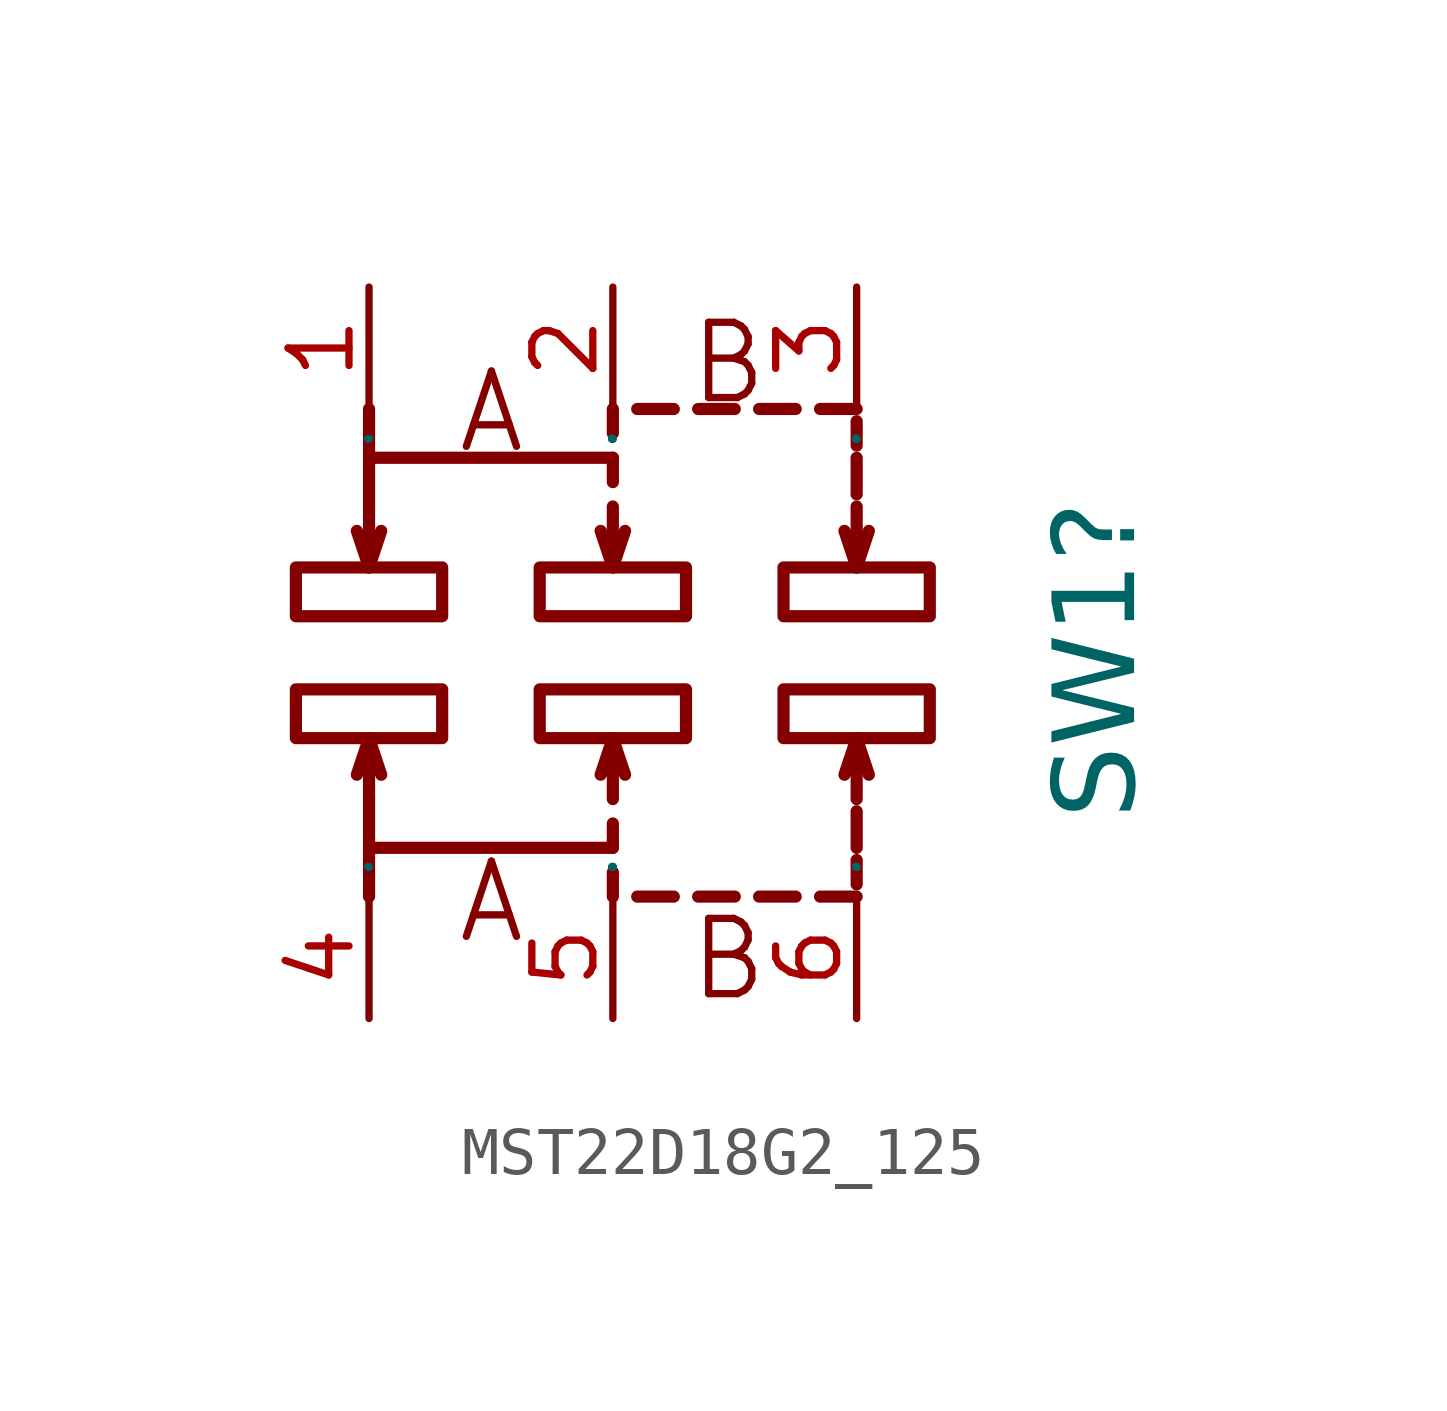
<source format=kicad_sym>
(kicad_symbol_lib
  (version 20241209)
  (generator "kicad_symbol_editor")
  (generator_version "9.0")
  (symbol "MST22D18G2_125"
    (property "Reference" "SW1"
      (at 10.16 -0.152 90)
      (effects (font (face "Arial") (size 1.689 1.689))))
    (symbol "MST22D18G2_125_0_0"
      (rectangle (start -6.604 1.778) (end -3.556 0.762) (stroke (width 0.254) (type solid)) (fill (type none)))
      (rectangle (start -6.604 -0.762) (end -3.556 -1.778) (stroke (width 0.254) (type solid)) (fill (type none)))
      (polyline (pts (xy -5.08 4.064) (xy -5.08 5.08)) (stroke (width 0.254) (type solid)) (fill (type none)))
      (polyline (pts (xy -5.08 3.048) (xy -5.08 4.064) (xy 0 4.064)) (stroke (width 0.254) (type solid)) (fill (type none)))
      (polyline (pts (xy -5.08 3.048) (xy -5.08 1.778) (xy -5.334 2.54)) (stroke (width 0.254) (type solid)) (fill (type none)))
      (polyline (pts (xy -5.08 1.778) (xy -4.826 2.54)) (stroke (width 0.254) (type solid)) (fill (type none)))
      (polyline (pts (xy -5.08 -1.778) (xy -4.826 -2.54)) (stroke (width 0.254) (type solid)) (fill (type none)))
      (polyline (pts (xy -5.08 -3.048) (xy -5.08 -1.778) (xy -5.334 -2.54)) (stroke (width 0.254) (type solid)) (fill (type none)))
      (polyline (pts (xy -5.08 -3.048) (xy -5.08 -4.064) (xy 0 -4.064)) (stroke (width 0.254) (type solid)) (fill (type none)))
      (polyline (pts (xy -5.08 -4.064) (xy -5.08 -5.08)) (stroke (width 0.254) (type solid)) (fill (type none)))
      (rectangle (start -1.524 1.778) (end 1.524 0.762) (stroke (width 0.254) (type solid)) (fill (type none)))
      (rectangle (start -1.524 -0.762) (end 1.524 -1.778) (stroke (width 0.254) (type solid)) (fill (type none)))
      (polyline (pts (xy 0 4.572) (xy 0 5.08)) (stroke (width 0.254) (type solid)) (fill (type none)))
      (polyline (pts (xy 0 3.556) (xy 0 4.064)) (stroke (width 0.254) (type solid)) (fill (type none)))
      (polyline (pts (xy 0 3.048) (xy 0 1.778) (xy -0.254 2.54)) (stroke (width 0.254) (type solid)) (fill (type none)))
      (polyline (pts (xy 0 1.778) (xy 0.254 2.54)) (stroke (width 0.254) (type solid)) (fill (type none)))
      (polyline (pts (xy 0 -1.778) (xy 0.254 -2.54)) (stroke (width 0.254) (type solid)) (fill (type none)))
      (polyline (pts (xy 0 -3.048) (xy 0 -1.778) (xy -0.254 -2.54)) (stroke (width 0.254) (type solid)) (fill (type none)))
      (polyline (pts (xy 0 -3.556) (xy 0 -4.064)) (stroke (width 0.254) (type solid)) (fill (type none)))
      (polyline (pts (xy 0 -4.572) (xy 0 -5.08)) (stroke (width 0.254) (type solid)) (fill (type none)))
      (polyline (pts (xy 0.508 5.08) (xy 1.27 5.08)) (stroke (width 0.254) (type solid)) (fill (type none)))
      (polyline (pts (xy 0.508 -5.08) (xy 1.27 -5.08)) (stroke (width 0.254) (type solid)) (fill (type none)))
      (polyline (pts (xy 1.778 5.08) (xy 2.54 5.08)) (stroke (width 0.254) (type solid)) (fill (type none)))
      (polyline (pts (xy 1.778 -5.08) (xy 2.54 -5.08)) (stroke (width 0.254) (type solid)) (fill (type none)))
      (polyline (pts (xy 3.048 5.08) (xy 3.81 5.08)) (stroke (width 0.254) (type solid)) (fill (type none)))
      (polyline (pts (xy 3.048 -5.08) (xy 3.81 -5.08)) (stroke (width 0.254) (type solid)) (fill (type none)))
      (rectangle (start 3.556 1.778) (end 6.604 0.762) (stroke (width 0.254) (type solid)) (fill (type none)))
      (rectangle (start 3.556 -0.762) (end 6.604 -1.778) (stroke (width 0.254) (type solid)) (fill (type none)))
      (polyline (pts (xy 4.318 5.08) (xy 5.08 5.08)) (stroke (width 0.254) (type solid)) (fill (type none)))
      (polyline (pts (xy 4.318 -5.08) (xy 5.08 -5.08)) (stroke (width 0.254) (type solid)) (fill (type none)))
      (polyline (pts (xy 5.08 4.826) (xy 5.08 4.318)) (stroke (width 0.254) (type solid)) (fill (type none)))
      (polyline (pts (xy 5.08 4.064) (xy 5.08 3.302)) (stroke (width 0.254) (type solid)) (fill (type none)))
      (polyline (pts (xy 5.08 3.048) (xy 5.08 1.778) (xy 4.826 2.54)) (stroke (width 0.254) (type solid)) (fill (type none)))
      (polyline (pts (xy 5.08 1.778) (xy 5.334 2.54)) (stroke (width 0.254) (type solid)) (fill (type none)))
      (polyline (pts (xy 5.08 -1.778) (xy 5.334 -2.54)) (stroke (width 0.254) (type solid)) (fill (type none)))
      (polyline (pts (xy 5.08 -3.048) (xy 5.08 -1.778) (xy 4.826 -2.54)) (stroke (width 0.254) (type solid)) (fill (type none)))
      (polyline (pts (xy 5.08 -4.064) (xy 5.08 -3.302)) (stroke (width 0.254) (type solid)) (fill (type none)))
      (polyline (pts (xy 5.08 -4.826) (xy 5.08 -4.318)) (stroke (width 0.254) (type solid)) (fill (type none)))
      (text "A" (at -3.302 5.937 0) (effects (font (face "KiCad Font") (size 1.568 1.568)) (justify left top)))
      (text "A" (at -3.302 -4.274 0) (effects (font (face "KiCad Font") (size 1.568 1.568)) (justify left top)))
      (text "B" (at 1.524 6.953 0) (effects (font (face "KiCad Font") (size 1.568 1.568)) (justify left top)))
      (text "B" (at 1.524 -5.467 0) (effects (font (face "KiCad Font") (size 1.568 1.568)) (justify left top)))
      (pin unspecified line (at -5.08 7.62 270) (length 2.54) (name "1" (effects (font (size 0.025 0.025)))) (number "1" (effects (font (size 1.27 1.27)))))
      (pin unspecified line (at -5.08 -7.62 90) (length 2.54) (name "4" (effects (font (size 0.025 0.025)))) (number "4" (effects (font (size 1.27 1.27)))))
      (pin unspecified line (at 0 7.62 270) (length 2.54) (name "2" (effects (font (size 0.025 0.025)))) (number "2" (effects (font (size 1.27 1.27)))))
      (pin unspecified line (at 0 -7.62 90) (length 2.54) (name "5" (effects (font (size 0.025 0.025)))) (number "5" (effects (font (size 1.27 1.27)))))
      (pin unspecified line (at 5.08 7.62 270) (length 2.54) (name "3" (effects (font (size 0.025 0.025)))) (number "3" (effects (font (size 1.27 1.27)))))
      (pin unspecified line (at 5.08 -7.62 90) (length 2.54) (name "6" (effects (font (size 0.025 0.025)))) (number "6" (effects (font (size 1.27 1.27))))))))
</source>
